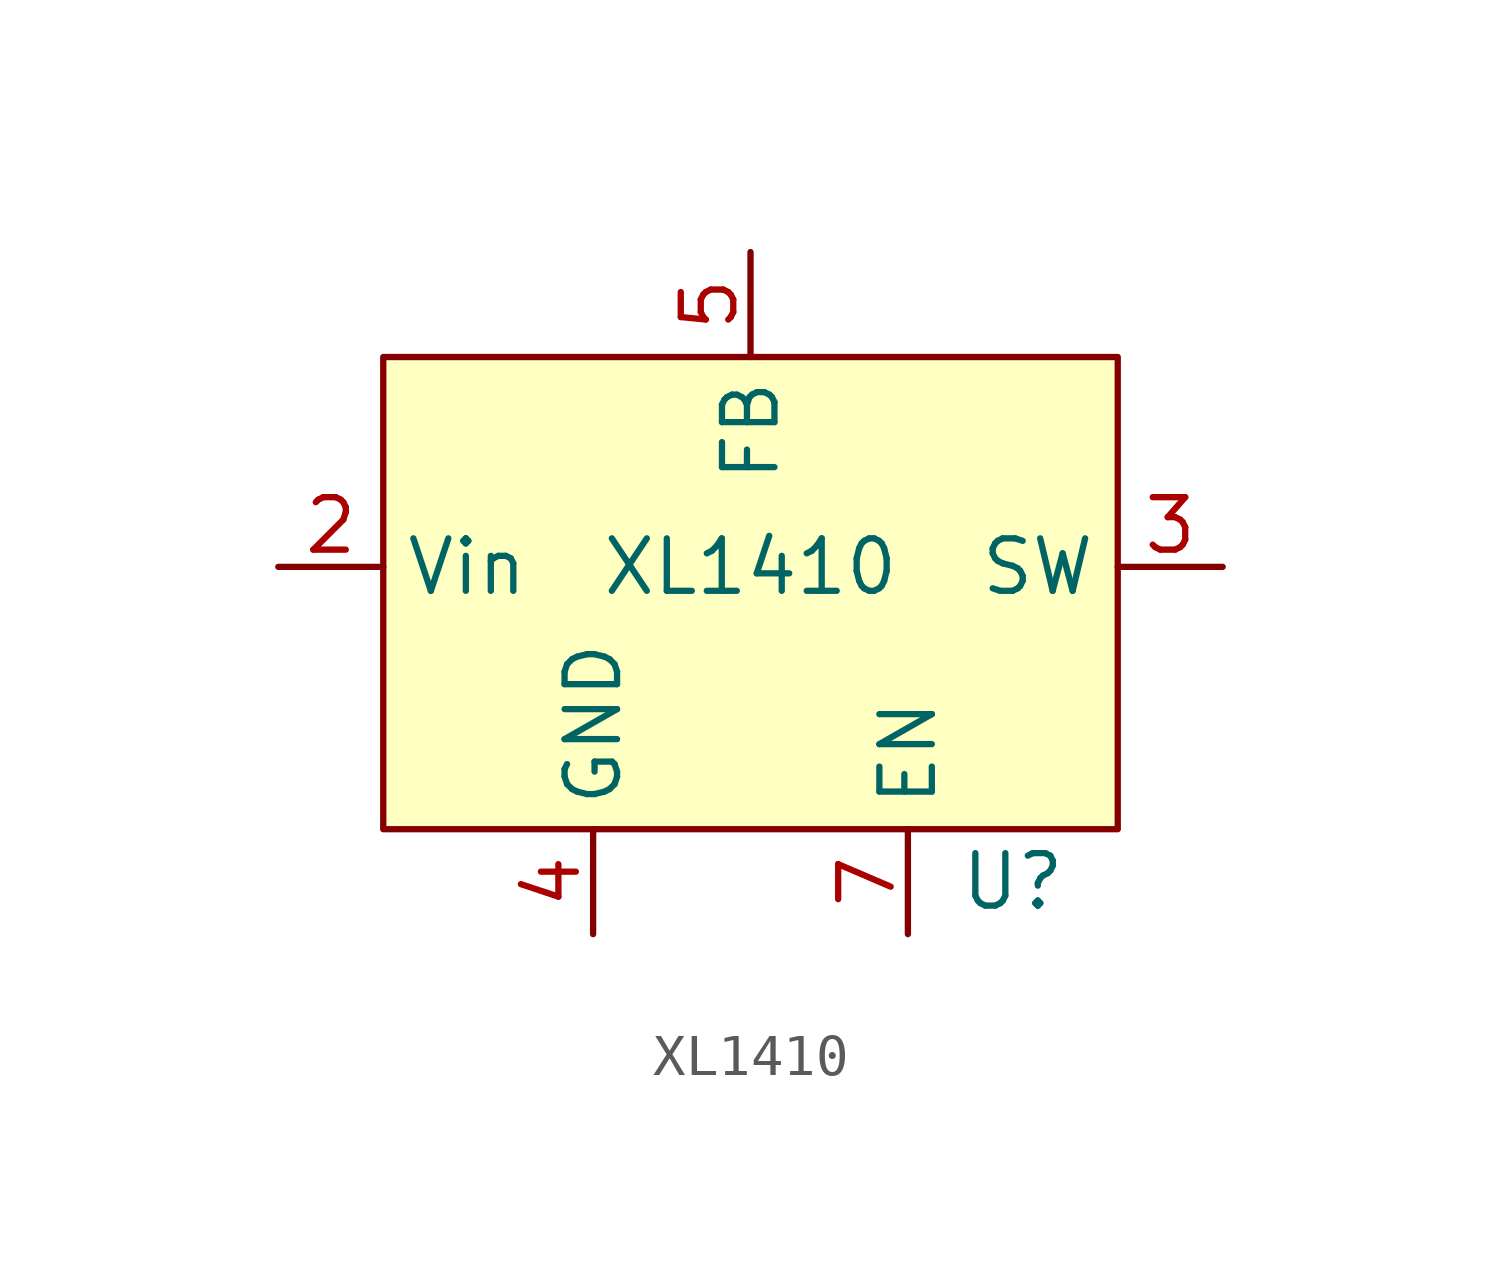
<source format=kicad_sym>
(kicad_symbol_lib
  (version 20231120)
  (generator "kicad_symbol_editor")
  (generator_version "8.0")
  (symbol "XL1410"
    (property "Reference" "U"
      (at 6.35 -7.62 0)
      (effects (font (size 1.27 1.27))))
    (property "Value" "XL1410"
      (at 0 0 0)
      (effects (font (size 1.27 1.27))))
    (symbol "XL1410_1_1"
      (rectangle (start -8.89 5.08) (end 8.89 -6.35) (stroke (width 0) (type default)) (fill (type background)))
      (pin no_connect line (at -11.43 2.54 0) (length 2.54) hide (name "NC" (effects (font (size 1.27 1.27)))) (number "1" (effects (font (size 1.27 1.27)))))
      (pin power_in line (at -11.43 0 0) (length 2.54) (name "Vin" (effects (font (size 1.27 1.27)))) (number "2" (effects (font (size 1.27 1.27)))))
      (pin output line (at 11.43 0 180) (length 2.54) (name "SW" (effects (font (size 1.27 1.27)))) (number "3" (effects (font (size 1.27 1.27)))))
      (pin power_in line (at -3.81 -8.89 90) (length 2.54) (name "GND" (effects (font (size 1.27 1.27)))) (number "4" (effects (font (size 1.27 1.27)))))
      (pin input line (at 0 7.62 270) (length 2.54) (name "FB" (effects (font (size 1.27 1.27)))) (number "5" (effects (font (size 1.27 1.27)))))
      (pin no_connect line (at -11.43 -3.81 0) (length 2.54) hide (name "NC" (effects (font (size 1.27 1.27)))) (number "6" (effects (font (size 1.27 1.27)))))
      (pin input line (at 3.81 -8.89 90) (length 2.54) (name "EN" (effects (font (size 1.27 1.27)))) (number "7" (effects (font (size 1.27 1.27)))))
      (pin no_connect line (at 11.43 -3.81 180) (length 2.54) hide (name "NC" (effects (font (size 1.27 1.27)))) (number "8" (effects (font (size 1.27 1.27))))))))
</source>
